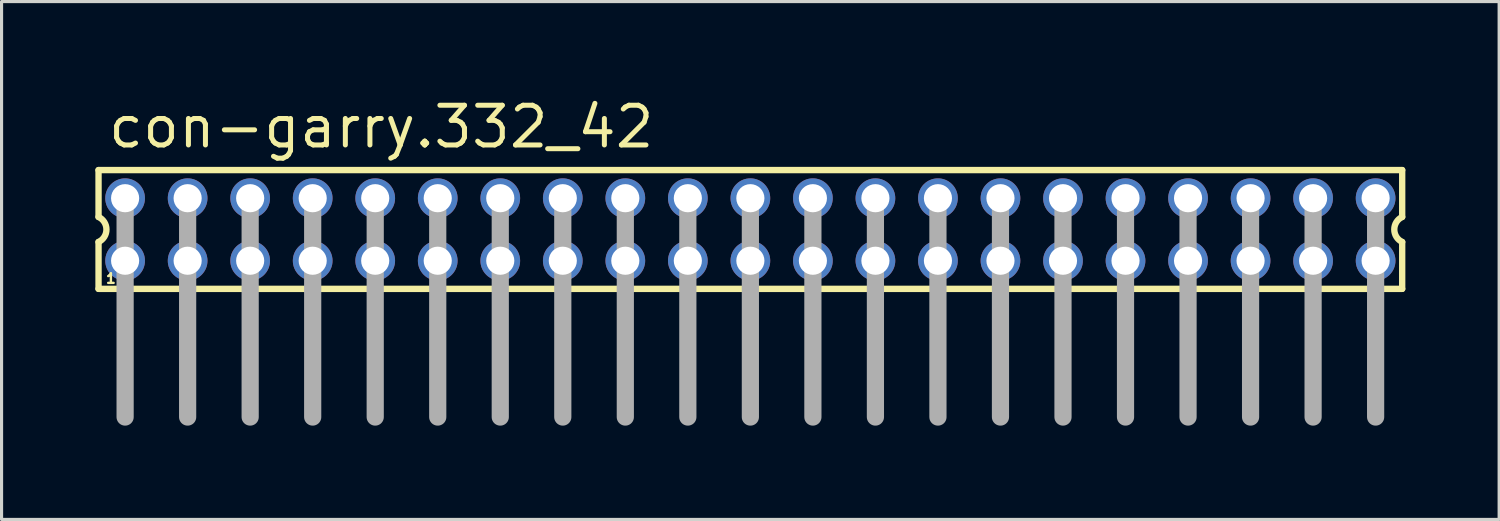
<source format=kicad_pcb>
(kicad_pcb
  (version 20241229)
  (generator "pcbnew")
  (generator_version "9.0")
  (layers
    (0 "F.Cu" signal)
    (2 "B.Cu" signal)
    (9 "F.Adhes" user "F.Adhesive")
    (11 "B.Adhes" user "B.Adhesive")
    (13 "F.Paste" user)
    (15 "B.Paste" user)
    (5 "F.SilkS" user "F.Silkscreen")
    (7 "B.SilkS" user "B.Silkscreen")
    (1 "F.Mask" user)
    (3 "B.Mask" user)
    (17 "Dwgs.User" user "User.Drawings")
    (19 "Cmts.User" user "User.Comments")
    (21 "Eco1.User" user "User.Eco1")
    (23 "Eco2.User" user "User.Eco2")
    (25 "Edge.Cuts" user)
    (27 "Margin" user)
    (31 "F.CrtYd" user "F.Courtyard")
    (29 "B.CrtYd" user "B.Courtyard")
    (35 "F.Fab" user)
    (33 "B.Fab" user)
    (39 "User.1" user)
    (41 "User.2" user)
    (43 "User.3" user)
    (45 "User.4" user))
  (footprint "con-garry.332_42"
    (layer "F.Cu")
    (at 20.952 4.29)
    (property "Reference" "con-garry.332_42" (at -20.62 -2.54 0) (layer "F.SilkS") (effects (font (size 1.27 1.27) (thickness 0.16)) (justify left bottom)))
    (attr through_hole)
    (fp_line (start -20.85 -1.9) (end -20.85 -0.4) (stroke (width 0.203) (type default)) (layer "F.SilkS"))
    (fp_line (start -20.85 0.4) (end -20.85 1.9) (stroke (width 0.203) (type default)) (layer "F.SilkS"))
    (fp_line (start -20.85 1.9) (end 20.85 1.9) (stroke (width 0.203) (type default)) (layer "F.SilkS"))
    (fp_line (start 20.85 -1.9) (end -20.85 -1.9) (stroke (width 0.203) (type default)) (layer "F.SilkS"))
    (fp_line (start 20.85 -0.4) (end 20.85 -1.9) (stroke (width 0.203) (type default)) (layer "F.SilkS"))
    (fp_line (start 20.85 1.9) (end 20.85 0.4) (stroke (width 0.203) (type default)) (layer "F.SilkS"))
    (fp_arc (start -20.85 -0.4) (mid -20.597167 0) (end -20.85 0.4) (stroke (width 0.2032) (type default)) (layer "F.SilkS"))
    (fp_arc (start 20.85 0.4) (mid 20.597167 0) (end 20.85 -0.4) (stroke (width 0.2032) (type default)) (layer "F.SilkS"))
    (fp_line (start -20 -1) (end -20 6) (stroke (width 0.55) (type default)) (layer "F.Fab"))
    (fp_line (start -18 -1) (end -18 6) (stroke (width 0.55) (type default)) (layer "F.Fab"))
    (fp_line (start -16 -1) (end -16 6) (stroke (width 0.55) (type default)) (layer "F.Fab"))
    (fp_line (start -14 -1) (end -14 6) (stroke (width 0.55) (type default)) (layer "F.Fab"))
    (fp_line (start -12 -1) (end -12 6) (stroke (width 0.55) (type default)) (layer "F.Fab"))
    (fp_line (start -10 -1) (end -10 6) (stroke (width 0.55) (type default)) (layer "F.Fab"))
    (fp_line (start -8 -1) (end -8 6) (stroke (width 0.55) (type default)) (layer "F.Fab"))
    (fp_line (start -6 -1) (end -6 6) (stroke (width 0.55) (type default)) (layer "F.Fab"))
    (fp_line (start -4 -1) (end -4 6) (stroke (width 0.55) (type default)) (layer "F.Fab"))
    (fp_line (start -2 -1) (end -2 6) (stroke (width 0.55) (type default)) (layer "F.Fab"))
    (fp_line (start 0 -1) (end 0 6) (stroke (width 0.55) (type default)) (layer "F.Fab"))
    (fp_line (start 2 -1) (end 2 6) (stroke (width 0.55) (type default)) (layer "F.Fab"))
    (fp_line (start 4 -1) (end 4 6) (stroke (width 0.55) (type default)) (layer "F.Fab"))
    (fp_line (start 6 -1) (end 6 6) (stroke (width 0.55) (type default)) (layer "F.Fab"))
    (fp_line (start 8 -1) (end 8 6) (stroke (width 0.55) (type default)) (layer "F.Fab"))
    (fp_line (start 10 -1) (end 10 6) (stroke (width 0.55) (type default)) (layer "F.Fab"))
    (fp_line (start 12 -1) (end 12 6) (stroke (width 0.55) (type default)) (layer "F.Fab"))
    (fp_line (start 14 -1) (end 14 6) (stroke (width 0.55) (type default)) (layer "F.Fab"))
    (fp_line (start 16 -1) (end 16 6) (stroke (width 0.55) (type default)) (layer "F.Fab"))
    (fp_line (start 18 -1) (end 18 6) (stroke (width 0.55) (type default)) (layer "F.Fab"))
    (fp_line (start 20 -1) (end 20 6) (stroke (width 0.55) (type default)) (layer "F.Fab"))
    (fp_rect (start -20.25 -0.75) (end -19.75 -1.25) (stroke (width 0.05) (type default)) (fill no) (layer "F.Fab"))
    (fp_rect (start -20.25 1.25) (end -19.75 0.75) (stroke (width 0.05) (type default)) (fill no) (layer "F.Fab"))
    (fp_rect (start -18.25 -0.75) (end -17.75 -1.25) (stroke (width 0.05) (type default)) (fill no) (layer "F.Fab"))
    (fp_rect (start -18.25 1.25) (end -17.75 0.75) (stroke (width 0.05) (type default)) (fill no) (layer "F.Fab"))
    (fp_rect (start -16.25 -0.75) (end -15.75 -1.25) (stroke (width 0.05) (type default)) (fill no) (layer "F.Fab"))
    (fp_rect (start -16.25 1.25) (end -15.75 0.75) (stroke (width 0.05) (type default)) (fill no) (layer "F.Fab"))
    (fp_rect (start -14.25 -0.75) (end -13.75 -1.25) (stroke (width 0.05) (type default)) (fill no) (layer "F.Fab"))
    (fp_rect (start -14.25 1.25) (end -13.75 0.75) (stroke (width 0.05) (type default)) (fill no) (layer "F.Fab"))
    (fp_rect (start -12.25 -0.75) (end -11.75 -1.25) (stroke (width 0.05) (type default)) (fill no) (layer "F.Fab"))
    (fp_rect (start -12.25 1.25) (end -11.75 0.75) (stroke (width 0.05) (type default)) (fill no) (layer "F.Fab"))
    (fp_rect (start -10.25 -0.75) (end -9.75 -1.25) (stroke (width 0.05) (type default)) (fill no) (layer "F.Fab"))
    (fp_rect (start -10.25 1.25) (end -9.75 0.75) (stroke (width 0.05) (type default)) (fill no) (layer "F.Fab"))
    (fp_rect (start -8.25 -0.75) (end -7.75 -1.25) (stroke (width 0.05) (type default)) (fill no) (layer "F.Fab"))
    (fp_rect (start -8.25 1.25) (end -7.75 0.75) (stroke (width 0.05) (type default)) (fill no) (layer "F.Fab"))
    (fp_rect (start -6.25 -0.75) (end -5.75 -1.25) (stroke (width 0.05) (type default)) (fill no) (layer "F.Fab"))
    (fp_rect (start -6.25 1.25) (end -5.75 0.75) (stroke (width 0.05) (type default)) (fill no) (layer "F.Fab"))
    (fp_rect (start -4.25 -0.75) (end -3.75 -1.25) (stroke (width 0.05) (type default)) (fill no) (layer "F.Fab"))
    (fp_rect (start -4.25 1.25) (end -3.75 0.75) (stroke (width 0.05) (type default)) (fill no) (layer "F.Fab"))
    (fp_rect (start -2.25 -0.75) (end -1.75 -1.25) (stroke (width 0.05) (type default)) (fill no) (layer "F.Fab"))
    (fp_rect (start -2.25 1.25) (end -1.75 0.75) (stroke (width 0.05) (type default)) (fill no) (layer "F.Fab"))
    (fp_rect (start -0.25 -0.75) (end 0.25 -1.25) (stroke (width 0.05) (type default)) (fill no) (layer "F.Fab"))
    (fp_rect (start -0.25 1.25) (end 0.25 0.75) (stroke (width 0.05) (type default)) (fill no) (layer "F.Fab"))
    (fp_rect (start 1.75 -0.75) (end 2.25 -1.25) (stroke (width 0.05) (type default)) (fill no) (layer "F.Fab"))
    (fp_rect (start 1.75 1.25) (end 2.25 0.75) (stroke (width 0.05) (type default)) (fill no) (layer "F.Fab"))
    (fp_rect (start 3.75 -0.75) (end 4.25 -1.25) (stroke (width 0.05) (type default)) (fill no) (layer "F.Fab"))
    (fp_rect (start 3.75 1.25) (end 4.25 0.75) (stroke (width 0.05) (type default)) (fill no) (layer "F.Fab"))
    (fp_rect (start 5.75 -0.75) (end 6.25 -1.25) (stroke (width 0.05) (type default)) (fill no) (layer "F.Fab"))
    (fp_rect (start 5.75 1.25) (end 6.25 0.75) (stroke (width 0.05) (type default)) (fill no) (layer "F.Fab"))
    (fp_rect (start 7.75 -0.75) (end 8.25 -1.25) (stroke (width 0.05) (type default)) (fill no) (layer "F.Fab"))
    (fp_rect (start 7.75 1.25) (end 8.25 0.75) (stroke (width 0.05) (type default)) (fill no) (layer "F.Fab"))
    (fp_rect (start 9.75 -0.75) (end 10.25 -1.25) (stroke (width 0.05) (type default)) (fill no) (layer "F.Fab"))
    (fp_rect (start 9.75 1.25) (end 10.25 0.75) (stroke (width 0.05) (type default)) (fill no) (layer "F.Fab"))
    (fp_rect (start 11.75 -0.75) (end 12.25 -1.25) (stroke (width 0.05) (type default)) (fill no) (layer "F.Fab"))
    (fp_rect (start 11.75 1.25) (end 12.25 0.75) (stroke (width 0.05) (type default)) (fill no) (layer "F.Fab"))
    (fp_rect (start 13.75 -0.75) (end 14.25 -1.25) (stroke (width 0.05) (type default)) (fill no) (layer "F.Fab"))
    (fp_rect (start 13.75 1.25) (end 14.25 0.75) (stroke (width 0.05) (type default)) (fill no) (layer "F.Fab"))
    (fp_rect (start 15.75 -0.75) (end 16.25 -1.25) (stroke (width 0.05) (type default)) (fill no) (layer "F.Fab"))
    (fp_rect (start 15.75 1.25) (end 16.25 0.75) (stroke (width 0.05) (type default)) (fill no) (layer "F.Fab"))
    (fp_rect (start 17.75 -0.75) (end 18.25 -1.25) (stroke (width 0.05) (type default)) (fill no) (layer "F.Fab"))
    (fp_rect (start 17.75 1.25) (end 18.25 0.75) (stroke (width 0.05) (type default)) (fill no) (layer "F.Fab"))
    (fp_rect (start 19.75 -0.75) (end 20.25 -1.25) (stroke (width 0.05) (type default)) (fill no) (layer "F.Fab"))
    (fp_rect (start 19.75 1.25) (end 20.25 0.75) (stroke (width 0.05) (type default)) (fill no) (layer "F.Fab"))
    (fp_text user "1" (at -20.65 1.75 0) (layer "F.SilkS") (effects (font (size 0.305 0.305) (thickness 0.15)) (justify left bottom)))
    (pad "1" thru_hole circle (at -20 1) (size 1.27 1.27) (drill 0.9) (layers "*.Cu" "*.Mask"))
    (pad "2" thru_hole circle (at -20 -1) (size 1.27 1.27) (drill 0.9) (layers "*.Cu" "*.Mask"))
    (pad "3" thru_hole circle (at -18 1) (size 1.27 1.27) (drill 0.9) (layers "*.Cu" "*.Mask"))
    (pad "4" thru_hole circle (at -18 -1) (size 1.27 1.27) (drill 0.9) (layers "*.Cu" "*.Mask"))
    (pad "5" thru_hole circle (at -16 1) (size 1.27 1.27) (drill 0.9) (layers "*.Cu" "*.Mask"))
    (pad "6" thru_hole circle (at -16 -1) (size 1.27 1.27) (drill 0.9) (layers "*.Cu" "*.Mask"))
    (pad "7" thru_hole circle (at -14 1) (size 1.27 1.27) (drill 0.9) (layers "*.Cu" "*.Mask"))
    (pad "8" thru_hole circle (at -14 -1) (size 1.27 1.27) (drill 0.9) (layers "*.Cu" "*.Mask"))
    (pad "9" thru_hole circle (at -12 1) (size 1.27 1.27) (drill 0.9) (layers "*.Cu" "*.Mask"))
    (pad "10" thru_hole circle (at -12 -1) (size 1.27 1.27) (drill 0.9) (layers "*.Cu" "*.Mask"))
    (pad "11" thru_hole circle (at -10 1) (size 1.27 1.27) (drill 0.9) (layers "*.Cu" "*.Mask"))
    (pad "12" thru_hole circle (at -10 -1) (size 1.27 1.27) (drill 0.9) (layers "*.Cu" "*.Mask"))
    (pad "13" thru_hole circle (at -8 1) (size 1.27 1.27) (drill 0.9) (layers "*.Cu" "*.Mask"))
    (pad "14" thru_hole circle (at -8 -1) (size 1.27 1.27) (drill 0.9) (layers "*.Cu" "*.Mask"))
    (pad "15" thru_hole circle (at -6 1) (size 1.27 1.27) (drill 0.9) (layers "*.Cu" "*.Mask"))
    (pad "16" thru_hole circle (at -6 -1) (size 1.27 1.27) (drill 0.9) (layers "*.Cu" "*.Mask"))
    (pad "17" thru_hole circle (at -4 1) (size 1.27 1.27) (drill 0.9) (layers "*.Cu" "*.Mask"))
    (pad "18" thru_hole circle (at -4 -1) (size 1.27 1.27) (drill 0.9) (layers "*.Cu" "*.Mask"))
    (pad "19" thru_hole circle (at -2 1) (size 1.27 1.27) (drill 0.9) (layers "*.Cu" "*.Mask"))
    (pad "20" thru_hole circle (at -2 -1) (size 1.27 1.27) (drill 0.9) (layers "*.Cu" "*.Mask"))
    (pad "21" thru_hole circle (at 0 1) (size 1.27 1.27) (drill 0.9) (layers "*.Cu" "*.Mask"))
    (pad "22" thru_hole circle (at 0 -1) (size 1.27 1.27) (drill 0.9) (layers "*.Cu" "*.Mask"))
    (pad "23" thru_hole circle (at 2 1) (size 1.27 1.27) (drill 0.9) (layers "*.Cu" "*.Mask"))
    (pad "24" thru_hole circle (at 2 -1) (size 1.27 1.27) (drill 0.9) (layers "*.Cu" "*.Mask"))
    (pad "25" thru_hole circle (at 4 1) (size 1.27 1.27) (drill 0.9) (layers "*.Cu" "*.Mask"))
    (pad "26" thru_hole circle (at 4 -1) (size 1.27 1.27) (drill 0.9) (layers "*.Cu" "*.Mask"))
    (pad "27" thru_hole circle (at 6 1) (size 1.27 1.27) (drill 0.9) (layers "*.Cu" "*.Mask"))
    (pad "28" thru_hole circle (at 6 -1) (size 1.27 1.27) (drill 0.9) (layers "*.Cu" "*.Mask"))
    (pad "29" thru_hole circle (at 8 1) (size 1.27 1.27) (drill 0.9) (layers "*.Cu" "*.Mask"))
    (pad "30" thru_hole circle (at 8 -1) (size 1.27 1.27) (drill 0.9) (layers "*.Cu" "*.Mask"))
    (pad "31" thru_hole circle (at 10 1) (size 1.27 1.27) (drill 0.9) (layers "*.Cu" "*.Mask"))
    (pad "32" thru_hole circle (at 10 -1) (size 1.27 1.27) (drill 0.9) (layers "*.Cu" "*.Mask"))
    (pad "33" thru_hole circle (at 12 1) (size 1.27 1.27) (drill 0.9) (layers "*.Cu" "*.Mask"))
    (pad "34" thru_hole circle (at 12 -1) (size 1.27 1.27) (drill 0.9) (layers "*.Cu" "*.Mask"))
    (pad "35" thru_hole circle (at 14 1) (size 1.27 1.27) (drill 0.9) (layers "*.Cu" "*.Mask"))
    (pad "36" thru_hole circle (at 14 -1) (size 1.27 1.27) (drill 0.9) (layers "*.Cu" "*.Mask"))
    (pad "37" thru_hole circle (at 16 1) (size 1.27 1.27) (drill 0.9) (layers "*.Cu" "*.Mask"))
    (pad "38" thru_hole circle (at 16 -1) (size 1.27 1.27) (drill 0.9) (layers "*.Cu" "*.Mask"))
    (pad "39" thru_hole circle (at 18 1) (size 1.27 1.27) (drill 0.9) (layers "*.Cu" "*.Mask"))
    (pad "40" thru_hole circle (at 18 -1) (size 1.27 1.27) (drill 0.9) (layers "*.Cu" "*.Mask"))
    (pad "41" thru_hole circle (at 20 1) (size 1.27 1.27) (drill 0.9) (layers "*.Cu" "*.Mask"))
    (pad "42" thru_hole circle (at 20 -1) (size 1.27 1.27) (drill 0.9) (layers "*.Cu" "*.Mask")))
  (gr_rect
    (start -3 -3)
    (end 44.903 13.565)
    (stroke (width 0.1) (type default))
    (fill no)
    (layer "Edge.Cuts")))
</source>
